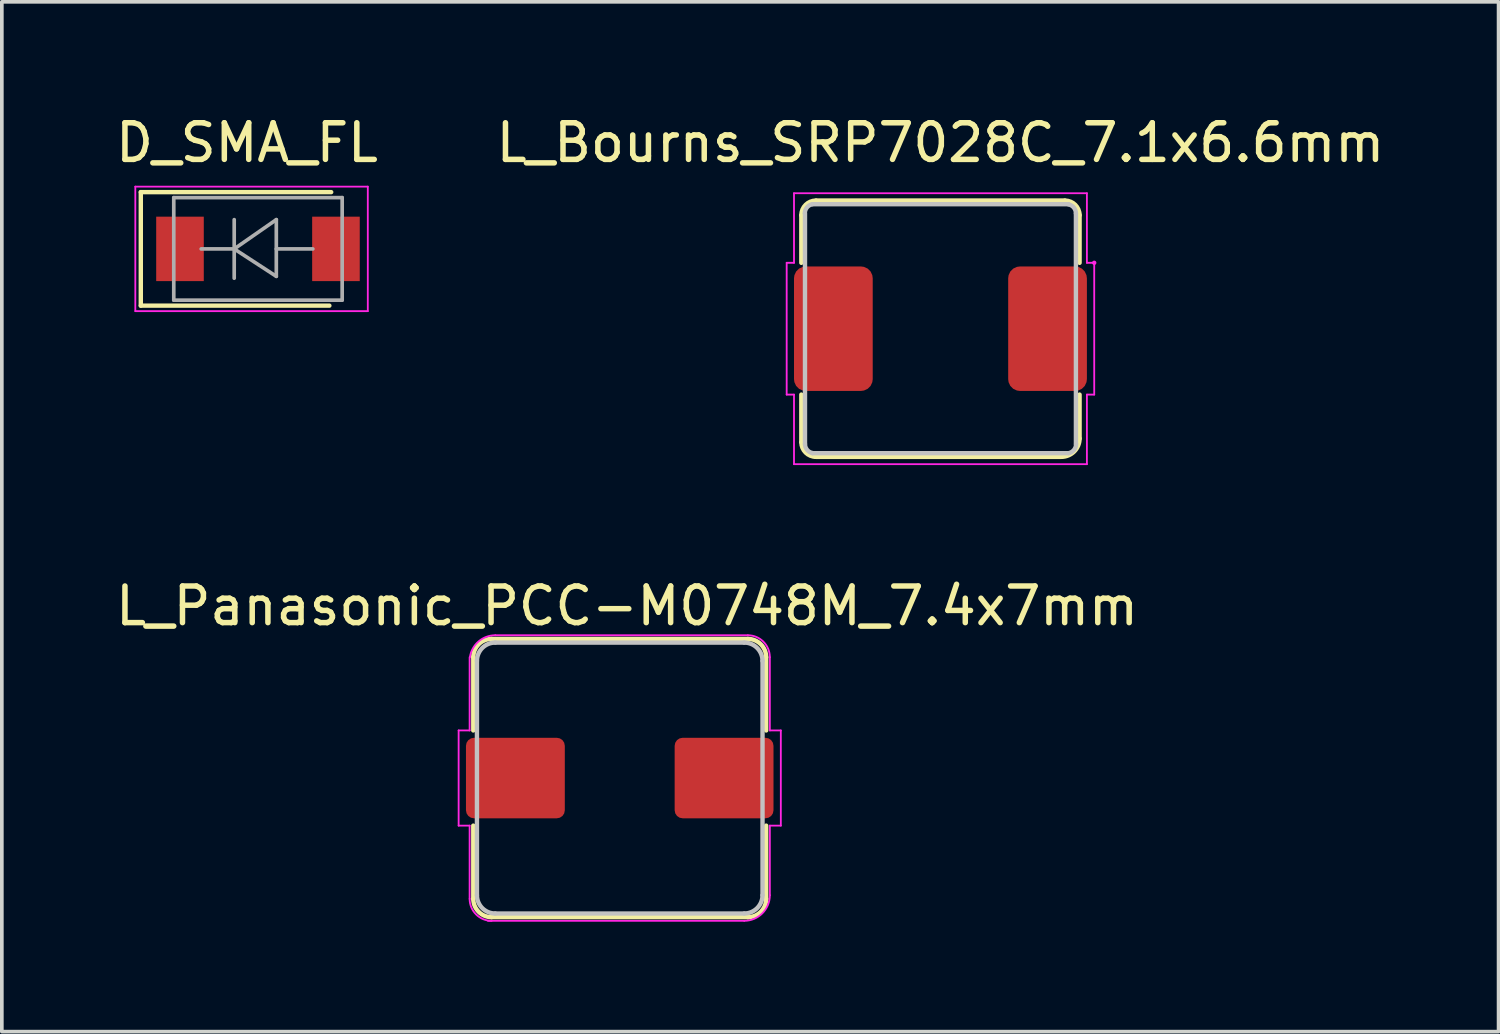
<source format=kicad_pcb>
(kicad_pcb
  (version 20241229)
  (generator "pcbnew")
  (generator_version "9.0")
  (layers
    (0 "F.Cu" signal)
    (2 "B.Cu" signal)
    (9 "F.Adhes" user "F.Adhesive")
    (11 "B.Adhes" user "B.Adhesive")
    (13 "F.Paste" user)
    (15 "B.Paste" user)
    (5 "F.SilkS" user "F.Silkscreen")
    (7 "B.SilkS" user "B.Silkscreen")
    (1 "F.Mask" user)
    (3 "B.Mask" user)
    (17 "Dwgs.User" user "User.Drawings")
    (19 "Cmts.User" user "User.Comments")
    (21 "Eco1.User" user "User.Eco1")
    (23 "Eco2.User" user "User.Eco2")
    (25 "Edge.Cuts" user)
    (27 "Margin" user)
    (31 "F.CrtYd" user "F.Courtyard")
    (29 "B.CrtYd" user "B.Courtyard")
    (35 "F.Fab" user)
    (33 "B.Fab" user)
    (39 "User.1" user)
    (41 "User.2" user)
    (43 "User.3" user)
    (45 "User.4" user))
  (footprint "D_SMA_FL"
    (layer "F.Cu")
    (at 3.996 3.748)
    (property "Reference" "D_SMA_FL" (at -0.3 -2.9 0) (layer "F.SilkS") (effects (font (size 1 1) (thickness 0.15))))
    (attr through_hole)
    (fp_line (start -3.2 -1.55) (end -3.2 1.55) (stroke (width 0.12) (type solid)) (layer "F.SilkS"))
    (fp_line (start -3.2 -1.55) (end 2 -1.55) (stroke (width 0.12) (type solid)) (layer "F.SilkS"))
    (fp_line (start -3.2 1.55) (end 1.95 1.55) (stroke (width 0.12) (type solid)) (layer "F.SilkS"))
    (fp_line (start -3.35 -1.7) (end 3 -1.7) (stroke (width 0.05) (type solid)) (layer "F.CrtYd"))
    (fp_line (start -3.35 1.7) (end -3.35 -1.7) (stroke (width 0.05) (type solid)) (layer "F.CrtYd"))
    (fp_line (start 3 -1.7) (end 3 1.7) (stroke (width 0.05) (type solid)) (layer "F.CrtYd"))
    (fp_line (start 3 1.7) (end -3.35 1.7) (stroke (width 0.05) (type solid)) (layer "F.CrtYd"))
    (fp_line (start -2.3 1.4) (end -2.3 -1.4) (stroke (width 0.1) (type solid)) (layer "F.Fab"))
    (fp_line (start -0.649 -0.799) (end -0.649 0.801) (stroke (width 0.1) (type solid)) (layer "F.Fab"))
    (fp_line (start -0.649 0.001) (end -1.551 0.001) (stroke (width 0.1) (type solid)) (layer "F.Fab"))
    (fp_line (start -0.649 0.001) (end 0.501 -0.799) (stroke (width 0.1) (type solid)) (layer "F.Fab"))
    (fp_line (start -0.649 0.001) (end 0.501 0.75) (stroke (width 0.1) (type solid)) (layer "F.Fab"))
    (fp_line (start 0.501 0.001) (end 1.499 0.001) (stroke (width 0.1) (type solid)) (layer "F.Fab"))
    (fp_line (start 0.501 0.75) (end 0.501 -0.799) (stroke (width 0.1) (type solid)) (layer "F.Fab"))
    (fp_line (start 2.3 -1.4) (end -2.3 -1.4) (stroke (width 0.1) (type solid)) (layer "F.Fab"))
    (fp_line (start 2.3 -1.4) (end 2.3 1.4) (stroke (width 0.1) (type solid)) (layer "F.Fab"))
    (fp_line (start 2.3 1.4) (end -2.3 1.4) (stroke (width 0.1) (type solid)) (layer "F.Fab"))
    (pad "1" smd rect (at -2.13 0) (size 1.3 1.76) (layers "F.Cu" "F.Mask" "F.Paste"))
    (pad "2" smd rect (at 2.13 0) (size 1.3 1.76) (layers "F.Cu" "F.Mask" "F.Paste")))
  (footprint "L_Bourns_SRP7028C_7.1x6.6mm"
    (layer "F.Cu")
    (at 22.637 5.928)
    (property "Reference" "L_Bourns_SRP7028C_7.1x6.6mm" (at 0 -5.08 0) (layer "F.SilkS") (effects (font (size 1 1) (thickness 0.15))))
    (attr through_hole)
    (fp_line (start -3.8 -1.8) (end -3.8 -3.1) (stroke (width 0.12) (type solid)) (layer "F.SilkS"))
    (fp_line (start -3.8 1.8) (end -3.8 3.1) (stroke (width 0.12) (type solid)) (layer "F.SilkS"))
    (fp_line (start -3.4 -3.5) (end 3.4 -3.5) (stroke (width 0.12) (type solid)) (layer "F.SilkS"))
    (fp_line (start -3.4 3.5) (end 3.3 3.5) (stroke (width 0.12) (type solid)) (layer "F.SilkS"))
    (fp_line (start 3.8 -3.1) (end 3.8 -1.8) (stroke (width 0.12) (type solid)) (layer "F.SilkS"))
    (fp_line (start 3.8 1.8) (end 3.8 3) (stroke (width 0.12) (type solid)) (layer "F.SilkS"))
    (fp_arc (start -3.8 -3.1) (mid -3.682843 -3.382843) (end -3.4 -3.5) (stroke (width 0.12) (type solid)) (layer "F.SilkS"))
    (fp_arc (start -3.4 3.5) (mid -3.682843 3.382843) (end -3.8 3.1) (stroke (width 0.12) (type solid)) (layer "F.SilkS"))
    (fp_arc (start 3.4 -3.5) (mid 3.682843 -3.382843) (end 3.8 -3.1) (stroke (width 0.12) (type solid)) (layer "F.SilkS"))
    (fp_arc (start 3.8 3) (mid 3.653553 3.353553) (end 3.3 3.5) (stroke (width 0.12) (type solid)) (layer "F.SilkS"))
    (fp_line (start -3.7 -3.15) (end -3.7 3.15) (stroke (width 0.12) (type solid)) (layer "Dwgs.User"))
    (fp_line (start -3.5 -3.4) (end 3.5 -3.4) (stroke (width 0.12) (type solid)) (layer "Dwgs.User"))
    (fp_line (start -3.5 3.4) (end 3.5 3.4) (stroke (width 0.12) (type solid)) (layer "Dwgs.User"))
    (fp_line (start 3.7 -3.15) (end 3.7 3.15) (stroke (width 0.12) (type solid)) (layer "Dwgs.User"))
    (fp_arc (start -3.70495 -3.150001) (mid -3.647163 -3.311636) (end -3.499999 -3.399999) (stroke (width 0.12) (type solid)) (layer "Dwgs.User"))
    (fp_arc (start -3.4911 3.396598) (mid -3.640755 3.311593) (end -3.7 3.15) (stroke (width 0.12) (type solid)) (layer "Dwgs.User"))
    (fp_arc (start 3.499029 -3.395145) (mid 3.643335 -3.308497) (end 3.7 -3.15) (stroke (width 0.12) (type solid)) (layer "Dwgs.User"))
    (fp_arc (start 3.70495 3.150001) (mid 3.647163 3.311636) (end 3.499999 3.399999) (stroke (width 0.12) (type solid)) (layer "Dwgs.User"))
    (fp_line (start -4.2 -1.8) (end -4.2 1.8) (stroke (width 0.05) (type solid)) (layer "F.CrtYd"))
    (fp_line (start -4.2 1.8) (end -4 1.8) (stroke (width 0.05) (type solid)) (layer "F.CrtYd"))
    (fp_line (start -4 -3.7) (end -4 -1.8) (stroke (width 0.05) (type solid)) (layer "F.CrtYd"))
    (fp_line (start -4 -1.8) (end -4.2 -1.8) (stroke (width 0.05) (type solid)) (layer "F.CrtYd"))
    (fp_line (start -4 1.8) (end -4 3.7) (stroke (width 0.05) (type solid)) (layer "F.CrtYd"))
    (fp_line (start -4 3.7) (end 4 3.7) (stroke (width 0.05) (type solid)) (layer "F.CrtYd"))
    (fp_line (start 4 -3.7) (end -4 -3.7) (stroke (width 0.05) (type solid)) (layer "F.CrtYd"))
    (fp_line (start 4 -1.8) (end 4 -3.7) (stroke (width 0.05) (type solid)) (layer "F.CrtYd"))
    (fp_line (start 4 1.8) (end 4.2 1.8) (stroke (width 0.05) (type solid)) (layer "F.CrtYd"))
    (fp_line (start 4 3.7) (end 4 1.8) (stroke (width 0.05) (type solid)) (layer "F.CrtYd"))
    (fp_line (start 4.2 -1.8) (end 4 -1.8) (stroke (width 0.05) (type solid)) (layer "F.CrtYd"))
    (fp_line (start 4.2 -1.8) (end 4.2 -1.8) (stroke (width 0.12) (type solid)) (layer "F.CrtYd"))
    (fp_line (start 4.2 1.8) (end 4.2 -1.8) (stroke (width 0.05) (type solid)) (layer "F.CrtYd"))
    (pad "1" smd roundrect (at -2.925 0) (size 2.15 3.4) (layers "F.Cu" "F.Mask" "F.Paste") (roundrect_rratio 0.15))
    (pad "2" smd roundrect (at 2.925 0) (size 2.15 3.4) (layers "F.Cu" "F.Mask" "F.Paste") (roundrect_rratio 0.15)))
  (footprint "L_Panasonic_PCC-M0748M_7.4x7mm"
    (layer "F.Cu")
    (at 13.877 18.201)
    (property "Reference" "L_Panasonic_PCC-M0748M_7.4x7mm" (at 0.2 -4.7 0) (layer "F.SilkS") (effects (font (size 1 1) (thickness 0.15))))
    (attr through_hole)
    (fp_line (start -4 -1.3) (end -4 -3.3) (stroke (width 0.12) (type solid)) (layer "F.SilkS"))
    (fp_line (start -4 3.3) (end -4 1.3) (stroke (width 0.12) (type solid)) (layer "F.SilkS"))
    (fp_line (start -3.5 -3.8) (end 3.5 -3.8) (stroke (width 0.12) (type solid)) (layer "F.SilkS"))
    (fp_line (start 3.5 3.8) (end -3.5 3.8) (stroke (width 0.12) (type solid)) (layer "F.SilkS"))
    (fp_line (start 4 -3.3) (end 4 -1.3) (stroke (width 0.12) (type solid)) (layer "F.SilkS"))
    (fp_line (start 4 1.3) (end 4 3.3) (stroke (width 0.12) (type solid)) (layer "F.SilkS"))
    (fp_arc (start -4 -3.3) (mid -3.853553 -3.653553) (end -3.5 -3.8) (stroke (width 0.12) (type solid)) (layer "F.SilkS"))
    (fp_arc (start -3.5 3.8) (mid -3.853553 3.653553) (end -4 3.3) (stroke (width 0.12) (type solid)) (layer "F.SilkS"))
    (fp_arc (start 3.5 -3.8) (mid 3.853553 -3.653553) (end 4 -3.3) (stroke (width 0.12) (type solid)) (layer "F.SilkS"))
    (fp_arc (start 4 3.3) (mid 3.853553 3.653553) (end 3.5 3.8) (stroke (width 0.12) (type solid)) (layer "F.SilkS"))
    (fp_line (start -3.9 -3.2) (end -3.9 3.2) (stroke (width 0.12) (type solid)) (layer "Dwgs.User"))
    (fp_line (start -3.4 3.7) (end 3.4 3.7) (stroke (width 0.12) (type solid)) (layer "Dwgs.User"))
    (fp_line (start 3.4 -3.7) (end -3.4 -3.7) (stroke (width 0.12) (type solid)) (layer "Dwgs.User"))
    (fp_line (start 3.9 3.2) (end 3.9 -3.2) (stroke (width 0.12) (type solid)) (layer "Dwgs.User"))
    (fp_arc (start -3.9 -3.2) (mid -3.753553 -3.553553) (end -3.4 -3.7) (stroke (width 0.12) (type solid)) (layer "Dwgs.User"))
    (fp_arc (start -3.4 3.7) (mid -3.753553 3.553553) (end -3.9 3.2) (stroke (width 0.12) (type solid)) (layer "Dwgs.User"))
    (fp_arc (start 3.4 -3.7) (mid 3.753553 -3.553553) (end 3.9 -3.2) (stroke (width 0.12) (type solid)) (layer "Dwgs.User"))
    (fp_arc (start 3.9 3.2) (mid 3.753553 3.553553) (end 3.4 3.7) (stroke (width 0.12) (type solid)) (layer "Dwgs.User"))
    (fp_line (start -4.4 -1.3) (end -4.4 1.3) (stroke (width 0.05) (type solid)) (layer "F.CrtYd"))
    (fp_line (start -4.4 1.3) (end -4.1 1.3) (stroke (width 0.05) (type solid)) (layer "F.CrtYd"))
    (fp_line (start -4.1 -3.3) (end -4.1 -1.3) (stroke (width 0.05) (type solid)) (layer "F.CrtYd"))
    (fp_line (start -4.1 -1.3) (end -4.4 -1.3) (stroke (width 0.05) (type solid)) (layer "F.CrtYd"))
    (fp_line (start -4.1 3.3) (end -4.1 1.3) (stroke (width 0.05) (type solid)) (layer "F.CrtYd"))
    (fp_line (start -3.6 3.9) (end 3.4 3.9) (stroke (width 0.05) (type solid)) (layer "F.CrtYd"))
    (fp_line (start 3.5 -3.9) (end -3.4 -3.9) (stroke (width 0.05) (type solid)) (layer "F.CrtYd"))
    (fp_line (start 4.1 -1.3) (end 4.1 -3.3) (stroke (width 0.05) (type solid)) (layer "F.CrtYd"))
    (fp_line (start 4.1 1.3) (end 4.4 1.3) (stroke (width 0.05) (type solid)) (layer "F.CrtYd"))
    (fp_line (start 4.1 3.2) (end 4.1 1.3) (stroke (width 0.05) (type solid)) (layer "F.CrtYd"))
    (fp_line (start 4.4 -1.3) (end 4.1 -1.3) (stroke (width 0.05) (type solid)) (layer "F.CrtYd"))
    (fp_line (start 4.4 1.3) (end 4.4 -1.3) (stroke (width 0.05) (type solid)) (layer "F.CrtYd"))
    (fp_arc (start -4.093017 -3.298631) (mid -3.85878 -3.728698) (end -3.4 -3.9) (stroke (width 0.05) (type solid)) (layer "F.CrtYd"))
    (fp_arc (start -3.5 3.9) (mid -3.924264 3.724264) (end -4.1 3.3) (stroke (width 0.05) (type solid)) (layer "F.CrtYd"))
    (fp_arc (start 3.5 -3.9) (mid 3.924264 -3.724264) (end 4.1 -3.3) (stroke (width 0.05) (type solid)) (layer "F.CrtYd"))
    (fp_arc (start 4.1 3.2) (mid 3.894975 3.694975) (end 3.4 3.9) (stroke (width 0.05) (type solid)) (layer "F.CrtYd"))
    (pad "1" smd roundrect (at -2.85 0) (size 2.7 2.2) (layers "F.Cu" "F.Mask" "F.Paste") (roundrect_rratio 0.1))
    (pad "2" smd roundrect (at 2.85 0) (size 2.7 2.2) (layers "F.Cu" "F.Mask" "F.Paste") (roundrect_rratio 0.1)))
  (gr_rect
    (start -3 -3)
    (end 37.881 25.127)
    (stroke (width 0.1) (type default))
    (fill no)
    (layer "Edge.Cuts")))
</source>
